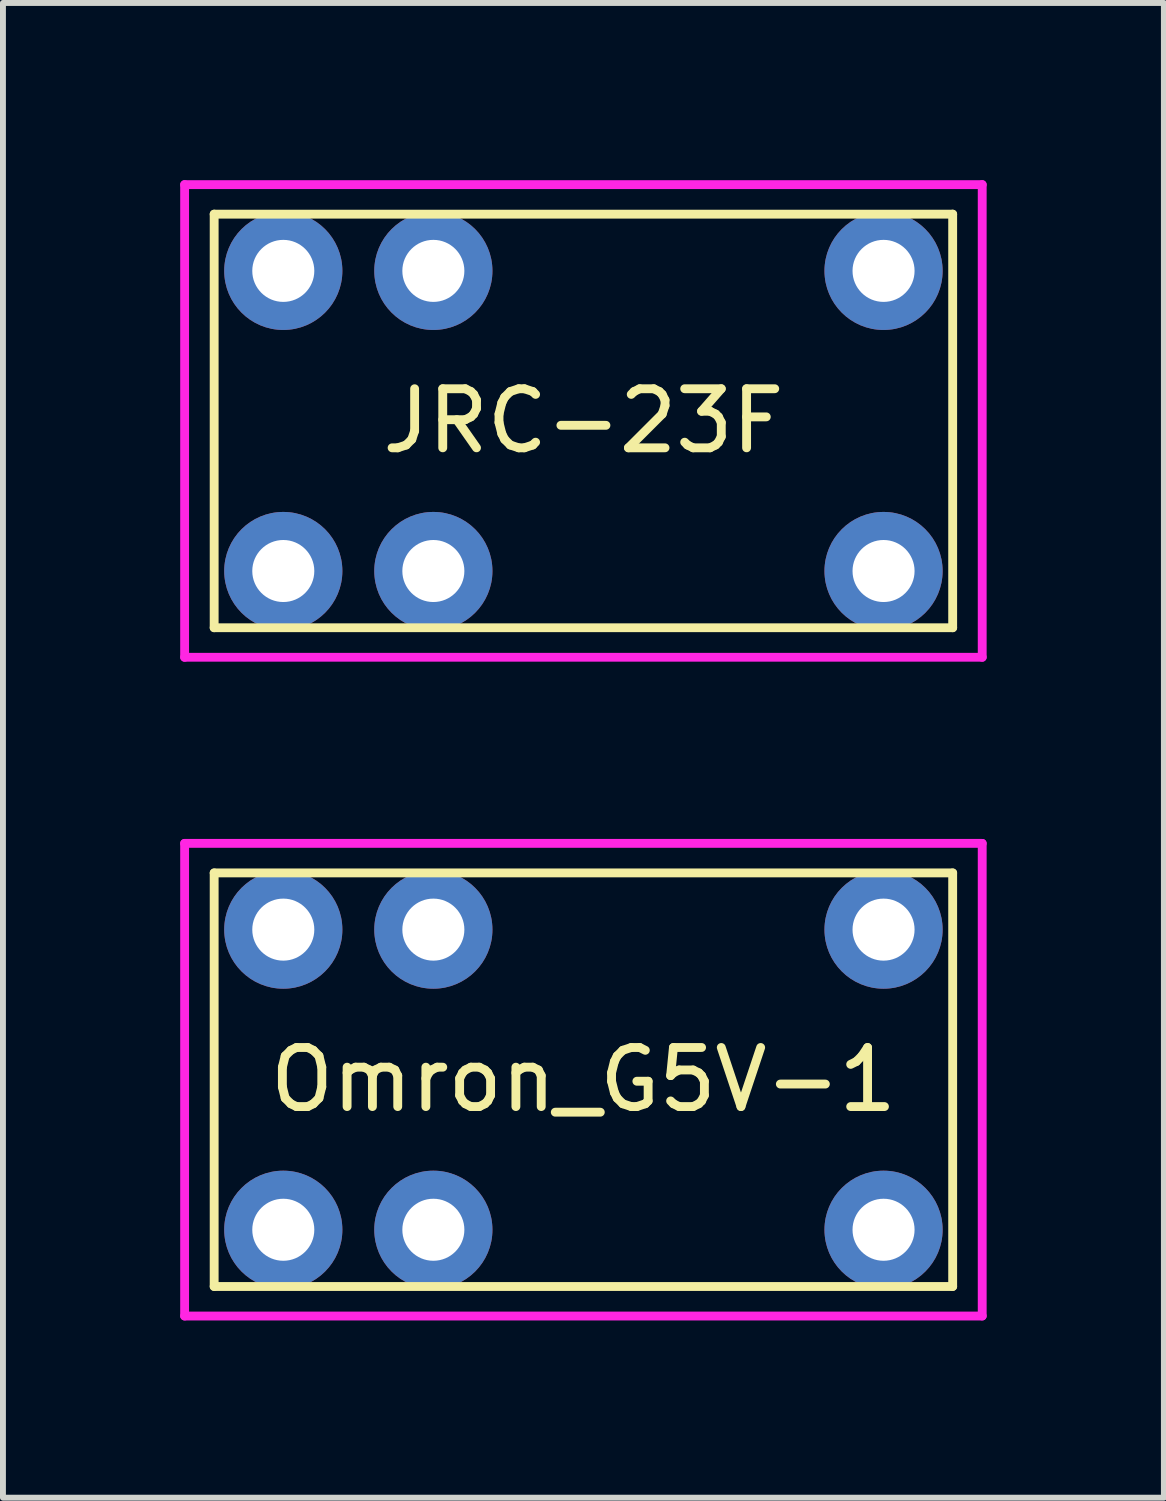
<source format=kicad_pcb>
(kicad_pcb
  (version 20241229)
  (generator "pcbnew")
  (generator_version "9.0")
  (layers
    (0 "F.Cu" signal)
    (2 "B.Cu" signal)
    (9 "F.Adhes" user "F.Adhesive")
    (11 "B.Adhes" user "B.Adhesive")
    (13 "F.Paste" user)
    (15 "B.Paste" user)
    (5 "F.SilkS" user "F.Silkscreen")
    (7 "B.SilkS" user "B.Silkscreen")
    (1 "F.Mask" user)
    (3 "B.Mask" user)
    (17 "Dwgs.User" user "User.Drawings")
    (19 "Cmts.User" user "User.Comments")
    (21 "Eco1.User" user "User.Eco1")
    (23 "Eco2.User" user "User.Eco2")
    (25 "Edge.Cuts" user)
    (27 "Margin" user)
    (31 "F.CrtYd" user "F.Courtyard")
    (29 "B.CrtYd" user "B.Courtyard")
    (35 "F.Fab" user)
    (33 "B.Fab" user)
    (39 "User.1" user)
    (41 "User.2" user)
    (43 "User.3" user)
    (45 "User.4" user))
  (footprint "Omron_G5V-1"
    (layer "F.Cu")
    (at 6.825 15.225)
    (property "Reference" "Omron_G5V-1" (at 0 0 0) (layer "F.SilkS") (effects (font (size 1 1) (thickness 0.15))))
    (attr through_hole)
    (fp_line (start -6.25 -3.5) (end 6.25 -3.5) (stroke (width 0.15) (type solid)) (layer "F.SilkS"))
    (fp_line (start -6.25 3.5) (end -6.25 -3.5) (stroke (width 0.15) (type solid)) (layer "F.SilkS"))
    (fp_line (start 6.25 -3.5) (end 6.25 3.5) (stroke (width 0.15) (type solid)) (layer "F.SilkS"))
    (fp_line (start 6.25 3.5) (end -6.25 3.5) (stroke (width 0.15) (type solid)) (layer "F.SilkS"))
    (fp_line (start -6.75 -4) (end 6.75 -4) (stroke (width 0.15) (type solid)) (layer "F.CrtYd"))
    (fp_line (start -6.75 4) (end -6.75 -4) (stroke (width 0.15) (type solid)) (layer "F.CrtYd"))
    (fp_line (start 6.75 -4) (end 6.75 4) (stroke (width 0.15) (type solid)) (layer "F.CrtYd"))
    (fp_line (start 6.75 4) (end -6.75 4) (stroke (width 0.15) (type solid)) (layer "F.CrtYd"))
    (pad "1" thru_hole circle (at -5.08 -2.54) (size 2 2) (drill 1.05) (layers "*.Cu" "*.Mask"))
    (pad "2" thru_hole circle (at -2.54 -2.54) (size 2 2) (drill 1.05) (layers "*.Cu" "*.Mask"))
    (pad "3" thru_hole circle (at 5.08 -2.54) (size 2 2) (drill 1.05) (layers "*.Cu" "*.Mask"))
    (pad "4" thru_hole circle (at 5.08 2.54) (size 2 2) (drill 1.05) (layers "*.Cu" "*.Mask"))
    (pad "5" thru_hole circle (at -2.54 2.54) (size 2 2) (drill 1.05) (layers "*.Cu" "*.Mask"))
    (pad "6" thru_hole circle (at -5.08 2.54) (size 2 2) (drill 1.05) (layers "*.Cu" "*.Mask")))
  (footprint "JRC-23F"
    (layer "F.Cu")
    (at 6.825 4.075)
    (property "Reference" "JRC-23F" (at 0 0 0) (layer "F.SilkS") (effects (font (size 1 1) (thickness 0.15))))
    (attr through_hole)
    (fp_line (start -6.25 -3.5) (end 6.25 -3.5) (stroke (width 0.15) (type solid)) (layer "F.SilkS"))
    (fp_line (start -6.25 3.5) (end -6.25 -3.5) (stroke (width 0.15) (type solid)) (layer "F.SilkS"))
    (fp_line (start 6.25 -3.5) (end 6.25 3.5) (stroke (width 0.15) (type solid)) (layer "F.SilkS"))
    (fp_line (start 6.25 3.5) (end -6.25 3.5) (stroke (width 0.15) (type solid)) (layer "F.SilkS"))
    (fp_line (start -6.75 -4) (end 6.75 -4) (stroke (width 0.15) (type solid)) (layer "F.CrtYd"))
    (fp_line (start -6.75 4) (end -6.75 -4) (stroke (width 0.15) (type solid)) (layer "F.CrtYd"))
    (fp_line (start 6.75 -4) (end 6.75 4) (stroke (width 0.15) (type solid)) (layer "F.CrtYd"))
    (fp_line (start 6.75 4) (end -6.75 4) (stroke (width 0.15) (type solid)) (layer "F.CrtYd"))
    (pad "1" thru_hole circle (at -5.08 -2.54) (size 2 2) (drill 1.05) (layers "*.Cu" "*.Mask"))
    (pad "2" thru_hole circle (at -2.54 -2.54) (size 2 2) (drill 1.05) (layers "*.Cu" "*.Mask"))
    (pad "3" thru_hole circle (at 5.08 -2.54) (size 2 2) (drill 1.05) (layers "*.Cu" "*.Mask"))
    (pad "4" thru_hole circle (at 5.08 2.54) (size 2 2) (drill 1.05) (layers "*.Cu" "*.Mask"))
    (pad "5" thru_hole circle (at -2.54 2.54) (size 2 2) (drill 1.05) (layers "*.Cu" "*.Mask"))
    (pad "6" thru_hole circle (at -5.08 2.54) (size 2 2) (drill 1.05) (layers "*.Cu" "*.Mask")))
  (gr_rect
    (start -3 -3)
    (end 16.65 22.3)
    (stroke (width 0.1) (type default))
    (fill no)
    (layer "Edge.Cuts")))
</source>
